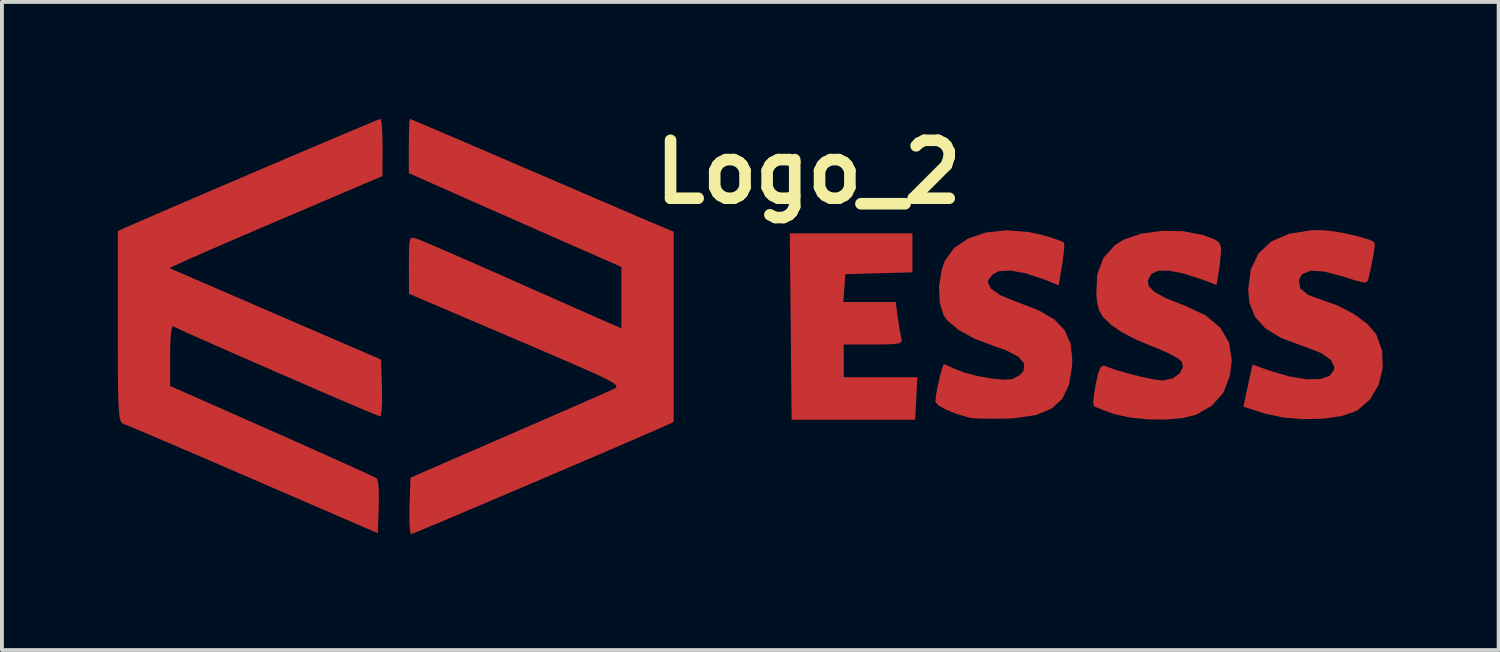
<source format=kicad_pcb>
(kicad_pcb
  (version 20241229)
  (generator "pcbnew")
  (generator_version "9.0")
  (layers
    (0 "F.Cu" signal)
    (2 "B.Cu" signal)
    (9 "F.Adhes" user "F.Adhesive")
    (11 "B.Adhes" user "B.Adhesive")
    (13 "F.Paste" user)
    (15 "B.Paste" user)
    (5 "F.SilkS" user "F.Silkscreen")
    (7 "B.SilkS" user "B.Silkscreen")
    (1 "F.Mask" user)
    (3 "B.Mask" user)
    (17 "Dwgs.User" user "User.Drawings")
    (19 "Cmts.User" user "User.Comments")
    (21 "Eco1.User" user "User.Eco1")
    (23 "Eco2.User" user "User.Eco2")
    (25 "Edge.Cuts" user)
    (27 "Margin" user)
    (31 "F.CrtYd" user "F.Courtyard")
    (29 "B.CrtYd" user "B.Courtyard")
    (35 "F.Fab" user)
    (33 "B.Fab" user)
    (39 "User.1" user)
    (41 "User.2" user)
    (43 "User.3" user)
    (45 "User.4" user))
  (footprint "Logo_2"
    (layer "F.Cu")
    (at 16.383 5.404)
    (property "Reference" "Logo_2" (at 1.5 -4 0) (layer "F.SilkS") (effects (font (size 1.5 1.5) (thickness 0.3))))
    (attr board_only exclude_from_pos_files exclude_from_bom)
    (fp_poly (pts (xy 2.603 -2.413) (xy 4.191 -2.413) (xy 4.191 -1.908) (xy 4.191 -1.403) (xy 3.323 -1.379) (xy 2.455 -1.355) (xy 2.429 -0.995) (xy 2.403 -0.635) (xy 3.08 -0.635) (xy 3.757 -0.635) (xy 3.812 -0.233) (xy 3.853 0.04) (xy 3.894 0.259) (xy 3.907 0.318) (xy 3.911 0.388) (xy 3.855 0.432) (xy 3.709 0.455) (xy 3.443 0.464) (xy 3.181 0.466) (xy 2.413 0.466) (xy 2.413 0.889) (xy 2.413 1.312) (xy 3.365 1.312) (xy 4.318 1.312) (xy 4.29 1.862) (xy 4.261 2.413) (xy 2.662 2.413) (xy 1.063 2.413) (xy 1.04 -0.000052) (xy 1.016 -2.413)) (stroke (width 0) (type solid)) (fill yes) (layer "F.Cu"))
    (fp_poly (pts (xy 15.012 -2.476) (xy 15.358 -2.42) (xy 15.706 -2.342) (xy 15.996 -2.256) (xy 16.141 -2.193) (xy 16.161 -2.133) (xy 16.149 -1.982) (xy 16.101 -1.715) (xy 16.014 -1.31) (xy 16.004 -1.264) (xy 15.978 -1.179) (xy 15.928 -1.14) (xy 15.817 -1.149) (xy 15.611 -1.207) (xy 15.322 -1.3) (xy 14.843 -1.426) (xy 14.495 -1.444) (xy 14.277 -1.354) (xy 14.197 -1.201) (xy 14.232 -0.989) (xy 14.429 -0.821) (xy 14.721 -0.713) (xy 15.195 -0.546) (xy 15.628 -0.319) (xy 15.978 -0.059) (xy 16.201 0.207) (xy 16.352 0.629) (xy 16.368 1.076) (xy 16.261 1.509) (xy 16.041 1.886) (xy 15.719 2.165) (xy 15.663 2.196) (xy 15.303 2.318) (xy 14.835 2.386) (xy 14.313 2.399) (xy 13.79 2.356) (xy 13.32 2.255) (xy 13.281 2.243) (xy 12.76 2.074) (xy 12.837 1.714) (xy 12.895 1.443) (xy 12.945 1.214) (xy 12.955 1.171) (xy 12.996 0.986) (xy 13.445 1.144) (xy 13.956 1.294) (xy 14.396 1.366) (xy 14.747 1.36) (xy 14.99 1.278) (xy 15.106 1.12) (xy 15.113 1.057) (xy 15.031 0.869) (xy 14.785 0.694) (xy 14.372 0.53) (xy 14.302 0.508) (xy 13.737 0.297) (xy 13.326 0.047) (xy 13.056 -0.254) (xy 12.914 -0.621) (xy 12.883 -0.95) (xy 12.95 -1.472) (xy 13.148 -1.889) (xy 13.476 -2.199) (xy 13.933 -2.4) (xy 14.516 -2.492) (xy 14.732 -2.498)) (stroke (width 0) (type solid)) (fill yes) (layer "F.Cu"))
    (fp_poly (pts (xy 7.208 -2.445) (xy 7.539 -2.373) (xy 7.821 -2.29) (xy 8.03 -2.217) (xy 8.119 -2.171) (xy 8.123 -2.065) (xy 8.101 -1.843) (xy 8.065 -1.593) (xy 7.979 -1.069) (xy 7.583 -1.226) (xy 7.115 -1.38) (xy 6.721 -1.45) (xy 6.426 -1.433) (xy 6.279 -1.356) (xy 6.169 -1.222) (xy 6.138 -1.153) (xy 6.222 -0.981) (xy 6.467 -0.811) (xy 6.865 -0.646) (xy 6.9 -0.635) (xy 7.46 -0.419) (xy 7.867 -0.181) (xy 8.136 0.1) (xy 8.285 0.441) (xy 8.33 0.862) (xy 8.324 1.028) (xy 8.246 1.506) (xy 8.074 1.869) (xy 7.793 2.127) (xy 7.39 2.291) (xy 6.85 2.372) (xy 6.608 2.384) (xy 6.245 2.388) (xy 5.933 2.383) (xy 5.72 2.369) (xy 5.673 2.362) (xy 5.339 2.264) (xy 5.053 2.149) (xy 4.855 2.035) (xy 4.784 1.944) (xy 4.801 1.784) (xy 4.843 1.552) (xy 4.899 1.305) (xy 4.955 1.096) (xy 4.998 0.981) (xy 5.007 0.974) (xy 5.102 1.009) (xy 5.276 1.092) (xy 5.534 1.192) (xy 5.873 1.28) (xy 6.232 1.345) (xy 6.552 1.376) (xy 6.767 1.364) (xy 6.965 1.261) (xy 7.068 1.146) (xy 7.085 0.96) (xy 6.934 0.783) (xy 6.613 0.615) (xy 6.33 0.516) (xy 5.807 0.32) (xy 5.387 0.091) (xy 5.095 -0.155) (xy 4.996 -0.295) (xy 4.895 -0.637) (xy 4.88 -1.054) (xy 4.951 -1.479) (xy 5.033 -1.71) (xy 5.271 -2.036) (xy 5.633 -2.28) (xy 6.094 -2.435) (xy 6.628 -2.492)) (stroke (width 0) (type solid)) (fill yes) (layer "F.Cu"))
    (fp_poly (pts (xy 11.205 -2.467) (xy 11.702 -2.372) (xy 11.769 -2.35) (xy 12.015 -2.255) (xy 12.139 -2.169) (xy 12.179 -2.05) (xy 12.178 -1.917) (xy 12.151 -1.615) (xy 12.113 -1.354) (xy 12.061 -1.076) (xy 11.661 -1.228) (xy 11.215 -1.372) (xy 10.834 -1.445) (xy 10.547 -1.443) (xy 10.381 -1.366) (xy 10.286 -1.197) (xy 10.309 -1.044) (xy 10.461 -0.893) (xy 10.754 -0.735) (xy 11.201 -0.557) (xy 11.246 -0.541) (xy 11.782 -0.288) (xy 12.161 0.03) (xy 12.387 0.416) (xy 12.459 0.872) (xy 12.409 1.278) (xy 12.24 1.716) (xy 11.944 2.049) (xy 11.539 2.282) (xy 11.207 2.367) (xy 10.77 2.408) (xy 10.286 2.404) (xy 9.813 2.356) (xy 9.41 2.265) (xy 9.375 2.253) (xy 9.121 2.161) (xy 8.939 2.085) (xy 8.882 2.053) (xy 8.873 1.952) (xy 8.896 1.735) (xy 8.938 1.485) (xy 9.003 1.199) (xy 9.063 1.051) (xy 9.133 1.011) (xy 9.177 1.023) (xy 9.435 1.116) (xy 9.773 1.215) (xy 10.13 1.304) (xy 10.447 1.37) (xy 10.667 1.397) (xy 10.674 1.397) (xy 10.92 1.346) (xy 11.106 1.218) (xy 11.194 1.051) (xy 11.163 0.905) (xy 11.046 0.813) (xy 10.812 0.688) (xy 10.501 0.553) (xy 10.367 0.502) (xy 9.949 0.325) (xy 9.578 0.127) (xy 9.326 -0.051) (xy 9.128 -0.243) (xy 9.021 -0.419) (xy 8.969 -0.652) (xy 8.952 -0.823) (xy 8.974 -1.347) (xy 9.135 -1.776) (xy 9.432 -2.107) (xy 9.678 -2.258) (xy 10.125 -2.407) (xy 10.657 -2.478)) (stroke (width 0) (type solid)) (fill yes) (layer "F.Cu"))
    (fp_poly (pts (xy -9.558 -5.298) (xy -9.539 -5.089) (xy -9.529 -4.787) (xy -9.528 -4.636) (xy -9.531 -3.895) (xy -11.708 -2.967) (xy -12.311 -2.71) (xy -12.893 -2.461) (xy -13.428 -2.231) (xy -13.889 -2.031) (xy -14.247 -1.875) (xy -14.469 -1.777) (xy -15.052 -1.515) (xy -12.31 -0.329) (xy -9.567 0.856) (xy -9.543 1.592) (xy -9.54 1.921) (xy -9.551 2.175) (xy -9.576 2.313) (xy -9.59 2.328) (xy -9.678 2.296) (xy -9.899 2.204) (xy -10.231 2.064) (xy -10.653 1.883) (xy -11.141 1.673) (xy -11.675 1.441) (xy -12.233 1.199) (xy -12.793 0.955) (xy -13.332 0.719) (xy -13.829 0.5) (xy -14.262 0.309) (xy -14.609 0.154) (xy -14.848 0.045) (xy -14.957 -0.009) (xy -14.958 -0.009) (xy -14.988 0.05) (xy -15.012 0.244) (xy -15.026 0.539) (xy -15.028 0.743) (xy -15.028 1.539) (xy -12.383 2.709) (xy -11.756 2.987) (xy -11.179 3.245) (xy -10.669 3.474) (xy -10.244 3.666) (xy -9.924 3.813) (xy -9.727 3.907) (xy -9.67 3.937) (xy -9.641 4.044) (xy -9.625 4.274) (xy -9.625 4.585) (xy -9.627 4.674) (xy -9.652 5.352) (xy -12.869 3.96) (xy -13.566 3.658) (xy -14.218 3.377) (xy -14.808 3.124) (xy -15.319 2.906) (xy -15.734 2.729) (xy -16.035 2.603) (xy -16.206 2.533) (xy -16.235 2.522) (xy -16.278 2.499) (xy -16.311 2.444) (xy -16.337 2.341) (xy -16.356 2.171) (xy -16.369 1.915) (xy -16.377 1.556) (xy -16.381 1.075) (xy -16.383 0.453) (xy -16.383 0.004) (xy -16.383 -2.47) (xy -16.193 -2.557) (xy -15.971 -2.655) (xy -15.634 -2.802) (xy -15.2 -2.99) (xy -14.689 -3.21) (xy -14.121 -3.454) (xy -13.514 -3.714) (xy -12.89 -3.981) (xy -12.266 -4.247) (xy -11.664 -4.503) (xy -11.102 -4.742) (xy -10.6 -4.954) (xy -10.177 -5.132) (xy -9.854 -5.267) (xy -9.65 -5.351) (xy -9.584 -5.376)) (stroke (width 0) (type solid)) (fill yes) (layer "F.Cu"))
    (fp_poly (pts (xy -8.741 -5.344) (xy -8.521 -5.252) (xy -8.181 -5.107) (xy -7.736 -4.917) (xy -7.204 -4.689) (xy -6.601 -4.43) (xy -5.946 -4.148) (xy -5.837 -4.101) (xy -5.153 -3.807) (xy -4.502 -3.526) (xy -3.903 -3.269) (xy -3.377 -3.043) (xy -2.944 -2.857) (xy -2.625 -2.721) (xy -2.439 -2.643) (xy -2.434 -2.641) (xy -1.99 -2.455) (xy -1.99 0.008) (xy -1.99 2.47) (xy -2.18 2.557) (xy -2.408 2.658) (xy -2.75 2.807) (xy -3.189 2.997) (xy -3.704 3.219) (xy -4.275 3.464) (xy -4.883 3.724) (xy -5.509 3.992) (xy -6.132 4.257) (xy -6.734 4.513) (xy -7.294 4.751) (xy -7.794 4.963) (xy -8.213 5.139) (xy -8.532 5.272) (xy -8.732 5.354) (xy -8.792 5.376) (xy -8.817 5.298) (xy -8.832 5.089) (xy -8.833 4.788) (xy -8.83 4.644) (xy -8.805 3.912) (xy -6.308 2.827) (xy -5.688 2.558) (xy -5.11 2.306) (xy -4.592 2.08) (xy -4.157 1.889) (xy -3.824 1.743) (xy -3.615 1.651) (xy -3.563 1.627) (xy -3.502 1.595) (xy -3.472 1.561) (xy -3.486 1.518) (xy -3.559 1.459) (xy -3.704 1.377) (xy -3.934 1.264) (xy -4.264 1.115) (xy -4.707 0.921) (xy -5.277 0.676) (xy -5.987 0.372) (xy -6.08 0.333) (xy -8.844 -0.847) (xy -8.846 -1.593) (xy -8.845 -1.949) (xy -8.835 -2.165) (xy -8.807 -2.273) (xy -8.753 -2.302) (xy -8.665 -2.282) (xy -8.658 -2.28) (xy -8.534 -2.231) (xy -8.277 -2.122) (xy -7.908 -1.963) (xy -7.447 -1.763) (xy -6.917 -1.53) (xy -6.338 -1.274) (xy -6.182 -1.205) (xy -5.588 -0.942) (xy -5.033 -0.696) (xy -4.538 -0.477) (xy -4.126 -0.295) (xy -3.82 -0.16) (xy -3.64 -0.082) (xy -3.62 -0.073) (xy -3.344 0.045) (xy -3.344 -0.749) (xy -3.344 -1.543) (xy -4.932 -2.24) (xy -5.515 -2.497) (xy -6.141 -2.773) (xy -6.758 -3.045) (xy -7.314 -3.291) (xy -7.684 -3.455) (xy -8.848 -3.972) (xy -8.848 -4.674) (xy -8.845 -4.995) (xy -8.837 -5.239) (xy -8.826 -5.366) (xy -8.821 -5.376)) (stroke (width 0) (type solid)) (fill yes) (layer "F.Cu")))
  (gr_rect
    (start -3 -3)
    (end 35.751 13.78)
    (stroke (width 0.1) (type default))
    (fill no)
    (layer "Edge.Cuts")))
</source>
